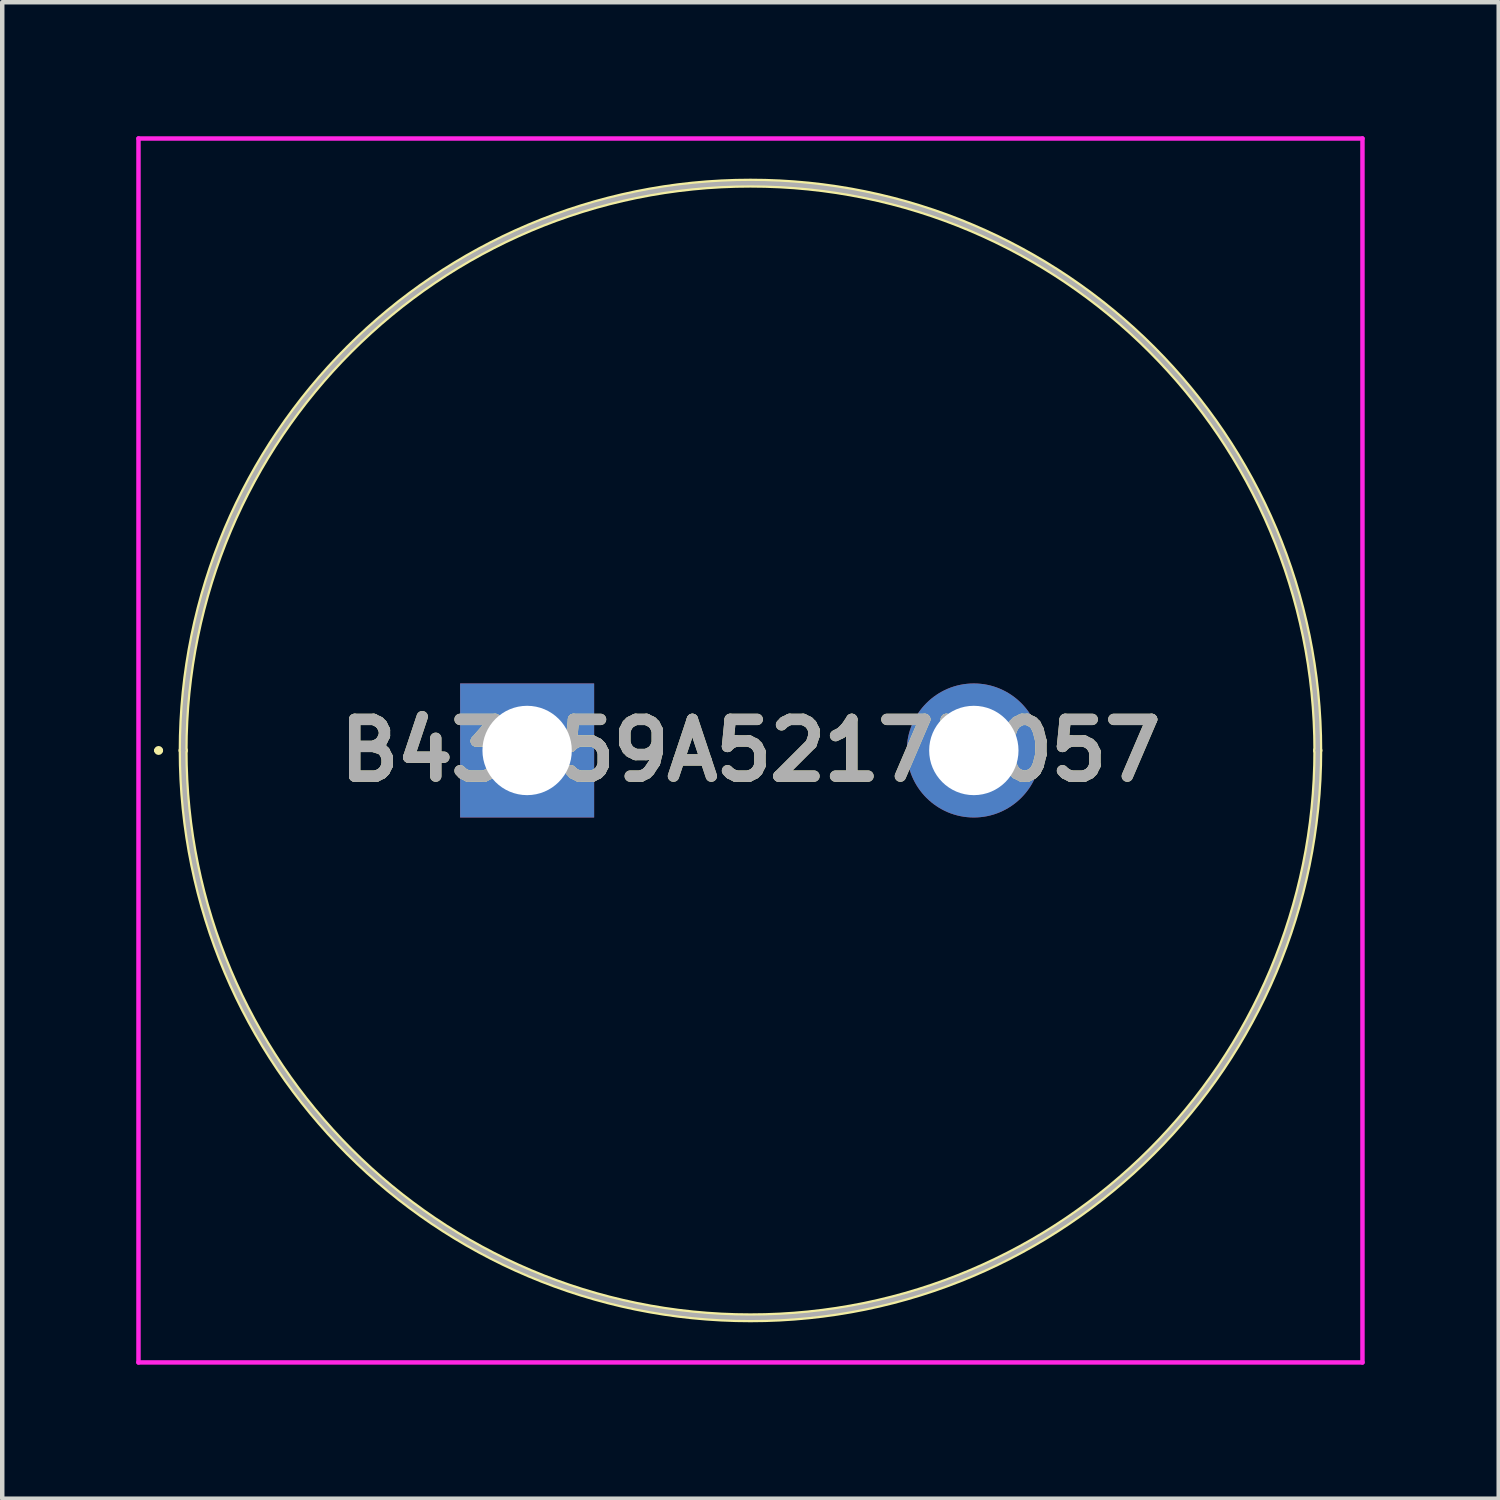
<source format=kicad_pcb>
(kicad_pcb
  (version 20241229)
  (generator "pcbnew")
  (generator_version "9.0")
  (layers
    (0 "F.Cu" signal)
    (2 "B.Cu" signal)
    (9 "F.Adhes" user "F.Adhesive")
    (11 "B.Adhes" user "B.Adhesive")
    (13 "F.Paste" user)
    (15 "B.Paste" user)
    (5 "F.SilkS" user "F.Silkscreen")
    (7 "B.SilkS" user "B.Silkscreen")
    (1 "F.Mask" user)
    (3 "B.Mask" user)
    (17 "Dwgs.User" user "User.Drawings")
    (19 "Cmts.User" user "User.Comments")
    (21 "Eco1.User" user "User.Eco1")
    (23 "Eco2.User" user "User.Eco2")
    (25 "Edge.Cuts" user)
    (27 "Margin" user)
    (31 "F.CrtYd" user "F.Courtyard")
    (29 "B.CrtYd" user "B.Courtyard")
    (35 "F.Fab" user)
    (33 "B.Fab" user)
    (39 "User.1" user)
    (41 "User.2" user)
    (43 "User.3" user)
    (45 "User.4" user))
  (footprint "B43659A5217M057"
    (layer "F.Cu")
    (at 8.75 13.75)
    (property "Reference" "B43659A5217M057" (at 5 0 0) (layer "F.SilkS") (effects (font (size 1.27 1.27) (thickness 0.254))))
    (attr through_hole)
    (fp_line (start -8.3 0) (end -8.3 0) (stroke (width 0.1) (type solid)) (layer "F.SilkS"))
    (fp_line (start -8.2 0) (end -8.2 0) (stroke (width 0.1) (type solid)) (layer "F.SilkS"))
    (fp_line (start -7.7 0) (end -7.7 0) (stroke (width 0.2) (type solid)) (layer "F.SilkS"))
    (fp_line (start 17.7 0) (end 17.7 0) (stroke (width 0.2) (type solid)) (layer "F.SilkS"))
    (fp_arc (start -8.3 0) (mid -8.25 -0.05) (end -8.2 0) (stroke (width 0.1) (type solid)) (layer "F.SilkS"))
    (fp_arc (start -8.2 0) (mid -8.25 0.05) (end -8.3 0) (stroke (width 0.1) (type solid)) (layer "F.SilkS"))
    (fp_arc (start -7.7 0) (mid 5 -12.7) (end 17.7 0) (stroke (width 0.2) (type solid)) (layer "F.SilkS"))
    (fp_arc (start 17.7 0) (mid 5 12.7) (end -7.7 0) (stroke (width 0.2) (type solid)) (layer "F.SilkS"))
    (fp_line (start -8.7 -13.7) (end 18.7 -13.7) (stroke (width 0.1) (type solid)) (layer "F.CrtYd"))
    (fp_line (start -8.7 13.7) (end -8.7 -13.7) (stroke (width 0.1) (type solid)) (layer "F.CrtYd"))
    (fp_line (start 18.7 -13.7) (end 18.7 13.7) (stroke (width 0.1) (type solid)) (layer "F.CrtYd"))
    (fp_line (start 18.7 13.7) (end -8.7 13.7) (stroke (width 0.1) (type solid)) (layer "F.CrtYd"))
    (fp_line (start -7.7 0) (end -7.7 0) (stroke (width 0.1) (type solid)) (layer "F.Fab"))
    (fp_line (start 17.7 0) (end 17.7 0) (stroke (width 0.1) (type solid)) (layer "F.Fab"))
    (fp_arc (start -7.7 0) (mid 5 -12.7) (end 17.7 0) (stroke (width 0.1) (type solid)) (layer "F.Fab"))
    (fp_arc (start 17.7 0) (mid 5 12.7) (end -7.7 0) (stroke (width 0.1) (type solid)) (layer "F.Fab"))
    (fp_text user "${REFERENCE}" (at 5 0 0) (layer "F.Fab") (effects (font (size 1.27 1.27) (thickness 0.254))))
    (pad "1" thru_hole rect (at 0 0) (size 3 3) (drill 2) (layers "*.Cu" "*.Mask"))
    (pad "2" thru_hole circle (at 10 0) (size 3 3) (drill 2) (layers "*.Cu" "*.Mask")))
  (gr_rect
    (start -3 -3)
    (end 30.5 30.5)
    (stroke (width 0.1) (type default))
    (fill no)
    (layer "Edge.Cuts")))
</source>
